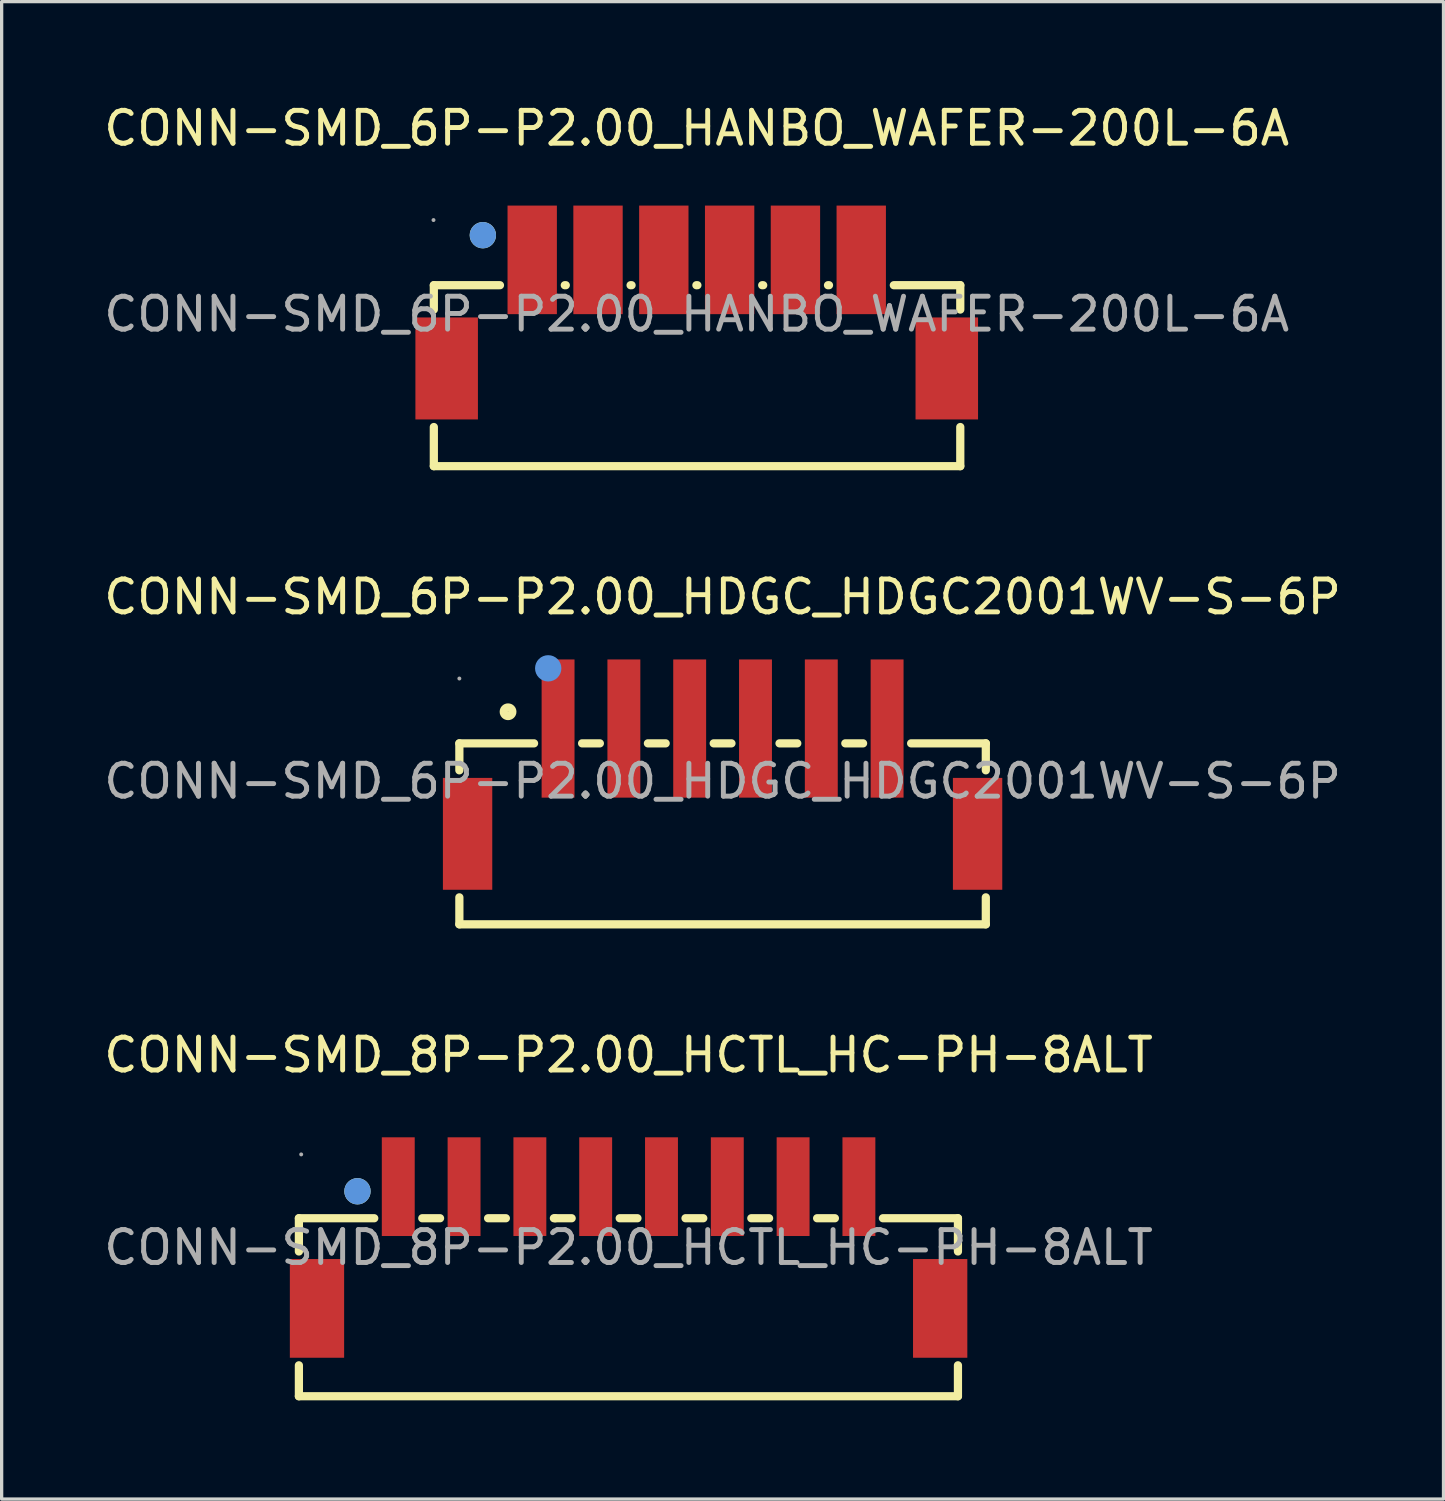
<source format=kicad_pcb>
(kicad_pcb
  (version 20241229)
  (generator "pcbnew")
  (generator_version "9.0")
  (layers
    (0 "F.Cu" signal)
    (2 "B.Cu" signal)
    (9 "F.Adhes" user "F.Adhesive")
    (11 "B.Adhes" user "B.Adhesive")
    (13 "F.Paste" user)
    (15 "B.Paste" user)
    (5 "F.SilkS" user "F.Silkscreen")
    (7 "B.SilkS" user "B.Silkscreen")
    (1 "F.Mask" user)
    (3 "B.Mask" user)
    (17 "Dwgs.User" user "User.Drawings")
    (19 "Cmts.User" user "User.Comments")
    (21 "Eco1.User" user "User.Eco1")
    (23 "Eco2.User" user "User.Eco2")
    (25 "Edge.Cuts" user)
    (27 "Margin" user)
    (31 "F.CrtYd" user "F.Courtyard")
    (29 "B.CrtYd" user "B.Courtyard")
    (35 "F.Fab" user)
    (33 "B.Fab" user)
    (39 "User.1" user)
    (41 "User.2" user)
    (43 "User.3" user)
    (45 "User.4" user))
  (footprint "CONN-SMD_6P-P2.00_HANBO_WAFER-200L-6A"
    (layer "F.Cu")
    (at 18.125 6.498)
    (property "Reference" "CONN-SMD_6P-P2.00_HANBO_WAFER-200L-6A" (at 0 -5.65 0) (layer "F.SilkS") (effects (font (size 1 1) (thickness 0.15))))
    (attr smd)
    (fp_line (start -7.99 -0.88) (end -5.98 -0.88) (stroke (width 0.25) (type solid)) (layer "F.SilkS"))
    (fp_line (start -7.99 -0.14) (end -7.99 -0.88) (stroke (width 0.25) (type solid)) (layer "F.SilkS"))
    (fp_line (start -7.99 4.62) (end -7.99 3.43) (stroke (width 0.25) (type solid)) (layer "F.SilkS"))
    (fp_line (start -4.01 -0.88) (end -3.98 -0.88) (stroke (width 0.25) (type solid)) (layer "F.SilkS"))
    (fp_line (start -2.01 -0.88) (end -1.98 -0.88) (stroke (width 0.25) (type solid)) (layer "F.SilkS"))
    (fp_line (start -0.01 -0.88) (end 0.02 -0.88) (stroke (width 0.25) (type solid)) (layer "F.SilkS"))
    (fp_line (start 1.99 -0.88) (end 2.02 -0.88) (stroke (width 0.25) (type solid)) (layer "F.SilkS"))
    (fp_line (start 3.99 -0.88) (end 4.02 -0.88) (stroke (width 0.25) (type solid)) (layer "F.SilkS"))
    (fp_line (start 5.99 -0.88) (end 8.01 -0.88) (stroke (width 0.25) (type solid)) (layer "F.SilkS"))
    (fp_line (start 8.01 -0.88) (end 8.01 -0.14) (stroke (width 0.25) (type solid)) (layer "F.SilkS"))
    (fp_line (start 8.01 3.43) (end 8.01 4.62) (stroke (width 0.25) (type solid)) (layer "F.SilkS"))
    (fp_line (start 8.01 4.62) (end -7.99 4.62) (stroke (width 0.25) (type solid)) (layer "F.SilkS"))
    (fp_circle (center -6.5 -2.4) (end -6.3 -2.4) (stroke (width 0.4) (type solid)) (fill no) (layer "F.SilkS"))
    (fp_circle (center -6.5 -2.4) (end -6.3 -2.4) (stroke (width 0.4) (type solid)) (fill no) (layer "Cmts.User"))
    (fp_circle (center -8 -2.86) (end -7.97 -2.86) (stroke (width 0.06) (type solid)) (fill no) (layer "F.Fab"))
    (fp_text user "${REFERENCE}" (at 0 0 0) (layer "F.Fab") (effects (font (size 1 1) (thickness 0.15))))
    (pad "1" smd rect (at -5 -1.65) (size 1.5 3.3) (layers "F.Cu" "F.Mask" "F.Paste"))
    (pad "2" smd rect (at -3 -1.65) (size 1.5 3.3) (layers "F.Cu" "F.Mask" "F.Paste"))
    (pad "3" smd rect (at -1 -1.65) (size 1.5 3.3) (layers "F.Cu" "F.Mask" "F.Paste"))
    (pad "4" smd rect (at 1 -1.65) (size 1.5 3.3) (layers "F.Cu" "F.Mask" "F.Paste"))
    (pad "5" smd rect (at 3 -1.65) (size 1.5 3.3) (layers "F.Cu" "F.Mask" "F.Paste"))
    (pad "6" smd rect (at 5 -1.65) (size 1.5 3.3) (layers "F.Cu" "F.Mask" "F.Paste"))
    (pad "7" smd rect (at -7.6 1.65) (size 1.9 3.1) (layers "F.Cu" "F.Mask" "F.Paste"))
    (pad "8" smd rect (at 7.6 1.65) (size 1.9 3.1) (layers "F.Cu" "F.Mask" "F.Paste")))
  (footprint "CONN-SMD_8P-P2.00_HCTL_HC-PH-8ALT"
    (layer "F.Cu")
    (at 16.054 34.865)
    (property "Reference" "CONN-SMD_8P-P2.00_HCTL_HC-PH-8ALT" (at 0 -5.85 0) (layer "F.SilkS") (effects (font (size 1 1) (thickness 0.15))))
    (attr smd)
    (fp_line (start -10.02 -0.89) (end -10.02 0.12) (stroke (width 0.25) (type solid)) (layer "F.SilkS"))
    (fp_line (start -10.02 4.52) (end -10.02 3.58) (stroke (width 0.25) (type solid)) (layer "F.SilkS"))
    (fp_line (start -10.02 4.52) (end 10.01 4.52) (stroke (width 0.25) (type solid)) (layer "F.SilkS"))
    (fp_line (start -7.73 -0.89) (end -10.02 -0.89) (stroke (width 0.25) (type solid)) (layer "F.SilkS"))
    (fp_line (start -5.73 -0.89) (end -6.27 -0.89) (stroke (width 0.25) (type solid)) (layer "F.SilkS"))
    (fp_line (start -3.73 -0.89) (end -4.27 -0.89) (stroke (width 0.25) (type solid)) (layer "F.SilkS"))
    (fp_line (start -2.23 -0.89) (end -2.27 -0.89) (stroke (width 0.25) (type solid)) (layer "F.SilkS"))
    (fp_line (start -1.73 -0.89) (end -2.23 -0.89) (stroke (width 0.25) (type solid)) (layer "F.SilkS"))
    (fp_line (start 0.27 -0.89) (end -0.27 -0.89) (stroke (width 0.25) (type solid)) (layer "F.SilkS"))
    (fp_line (start 2.27 -0.89) (end 1.73 -0.89) (stroke (width 0.25) (type solid)) (layer "F.SilkS"))
    (fp_line (start 4.27 -0.89) (end 3.73 -0.89) (stroke (width 0.25) (type solid)) (layer "F.SilkS"))
    (fp_line (start 6.27 -0.89) (end 5.73 -0.89) (stroke (width 0.25) (type solid)) (layer "F.SilkS"))
    (fp_line (start 10.01 -0.89) (end 7.73 -0.89) (stroke (width 0.25) (type solid)) (layer "F.SilkS"))
    (fp_line (start 10.01 0.12) (end 10.01 -0.89) (stroke (width 0.25) (type solid)) (layer "F.SilkS"))
    (fp_line (start 10.01 4.52) (end 10.01 3.58) (stroke (width 0.25) (type solid)) (layer "F.SilkS"))
    (fp_circle (center -8.24 -1.71) (end -8.04 -1.71) (stroke (width 0.4) (type solid)) (fill no) (layer "F.SilkS"))
    (fp_circle (center -8.24 -1.71) (end -8.04 -1.71) (stroke (width 0.4) (type solid)) (fill no) (layer "Cmts.User"))
    (fp_circle (center -9.95 -2.83) (end -9.92 -2.83) (stroke (width 0.06) (type solid)) (fill no) (layer "F.Fab"))
    (fp_text user "${REFERENCE}" (at 0 0 0) (layer "F.Fab") (effects (font (size 1 1) (thickness 0.15))))
    (pad "1" smd rect (at -7 -1.85) (size 1 3) (layers "F.Cu" "F.Mask" "F.Paste"))
    (pad "2" smd rect (at -5 -1.85) (size 1 3) (layers "F.Cu" "F.Mask" "F.Paste"))
    (pad "3" smd rect (at -3 -1.85) (size 1 3) (layers "F.Cu" "F.Mask" "F.Paste"))
    (pad "4" smd rect (at -1 -1.85) (size 1 3) (layers "F.Cu" "F.Mask" "F.Paste"))
    (pad "5" smd rect (at 1 -1.85) (size 1 3) (layers "F.Cu" "F.Mask" "F.Paste"))
    (pad "6" smd rect (at 3 -1.85) (size 1 3) (layers "F.Cu" "F.Mask" "F.Paste"))
    (pad "7" smd rect (at 5 -1.85) (size 1 3) (layers "F.Cu" "F.Mask" "F.Paste"))
    (pad "8" smd rect (at 7 -1.85) (size 1 3) (layers "F.Cu" "F.Mask" "F.Paste"))
    (pad "9" smd rect (at 9.47 1.85 180) (size 1.65 3) (layers "F.Cu" "F.Mask" "F.Paste"))
    (pad "10" smd rect (at -9.47 1.85) (size 1.65 3) (layers "F.Cu" "F.Mask" "F.Paste")))
  (footprint "CONN-SMD_6P-P2.00_HDGC_HDGC2001WV-S-6P"
    (layer "F.Cu")
    (at 18.911 20.692)
    (property "Reference" "CONN-SMD_6P-P2.00_HDGC_HDGC2001WV-S-6P" (at 0 -5.6 0) (layer "F.SilkS") (effects (font (size 1 1) (thickness 0.15))))
    (attr smd)
    (fp_line (start -8 -1.15) (end -8 -0.33) (stroke (width 0.25) (type solid)) (layer "F.SilkS"))
    (fp_line (start -8 -1.15) (end -5.73 -1.15) (stroke (width 0.25) (type solid)) (layer "F.SilkS"))
    (fp_line (start -8 4.35) (end -8 3.53) (stroke (width 0.25) (type solid)) (layer "F.SilkS"))
    (fp_line (start -8 4.35) (end 8 4.35) (stroke (width 0.25) (type solid)) (layer "F.SilkS"))
    (fp_line (start -4.27 -1.15) (end -3.73 -1.15) (stroke (width 0.25) (type solid)) (layer "F.SilkS"))
    (fp_line (start -2.27 -1.15) (end -1.73 -1.15) (stroke (width 0.25) (type solid)) (layer "F.SilkS"))
    (fp_line (start -0.27 -1.15) (end 0.27 -1.15) (stroke (width 0.25) (type solid)) (layer "F.SilkS"))
    (fp_line (start 1.73 -1.15) (end 2.27 -1.15) (stroke (width 0.25) (type solid)) (layer "F.SilkS"))
    (fp_line (start 3.73 -1.15) (end 4.27 -1.15) (stroke (width 0.25) (type solid)) (layer "F.SilkS"))
    (fp_line (start 5.73 -1.15) (end 8 -1.15) (stroke (width 0.25) (type solid)) (layer "F.SilkS"))
    (fp_line (start 8 -1.15) (end 8 -0.33) (stroke (width 0.25) (type solid)) (layer "F.SilkS"))
    (fp_line (start 8 3.53) (end 8 4.35) (stroke (width 0.25) (type solid)) (layer "F.SilkS"))
    (fp_circle (center -6.52 -2.11) (end -6.39 -2.11) (stroke (width 0.25) (type solid)) (fill no) (layer "F.SilkS"))
    (fp_circle (center -5.3 -3.43) (end -5.1 -3.43) (stroke (width 0.4) (type solid)) (fill no) (layer "Cmts.User"))
    (fp_circle (center -8 -3.12) (end -7.97 -3.12) (stroke (width 0.06) (type solid)) (fill no) (layer "F.Fab"))
    (fp_text user "${REFERENCE}" (at 0 0 0) (layer "F.Fab") (effects (font (size 1 1) (thickness 0.15))))
    (pad "1" smd rect (at -5 -1.6) (size 1 4.2) (layers "F.Cu" "F.Mask" "F.Paste"))
    (pad "2" smd rect (at -3 -1.6) (size 1 4.2) (layers "F.Cu" "F.Mask" "F.Paste"))
    (pad "3" smd rect (at -1 -1.6) (size 1 4.2) (layers "F.Cu" "F.Mask" "F.Paste"))
    (pad "4" smd rect (at 1 -1.6) (size 1 4.2) (layers "F.Cu" "F.Mask" "F.Paste"))
    (pad "5" smd rect (at 3 -1.6) (size 1 4.2) (layers "F.Cu" "F.Mask" "F.Paste"))
    (pad "6" smd rect (at 5 -1.6) (size 1 4.2) (layers "F.Cu" "F.Mask" "F.Paste"))
    (pad "7" smd rect (at 7.75 1.6) (size 1.5 3.4) (layers "F.Cu" "F.Mask" "F.Paste"))
    (pad "8" smd rect (at -7.75 1.6) (size 1.5 3.4) (layers "F.Cu" "F.Mask" "F.Paste")))
  (gr_rect
    (start -3 -3)
    (end 40.821 42.51)
    (stroke (width 0.1) (type default))
    (fill no)
    (layer "Edge.Cuts")))
</source>
